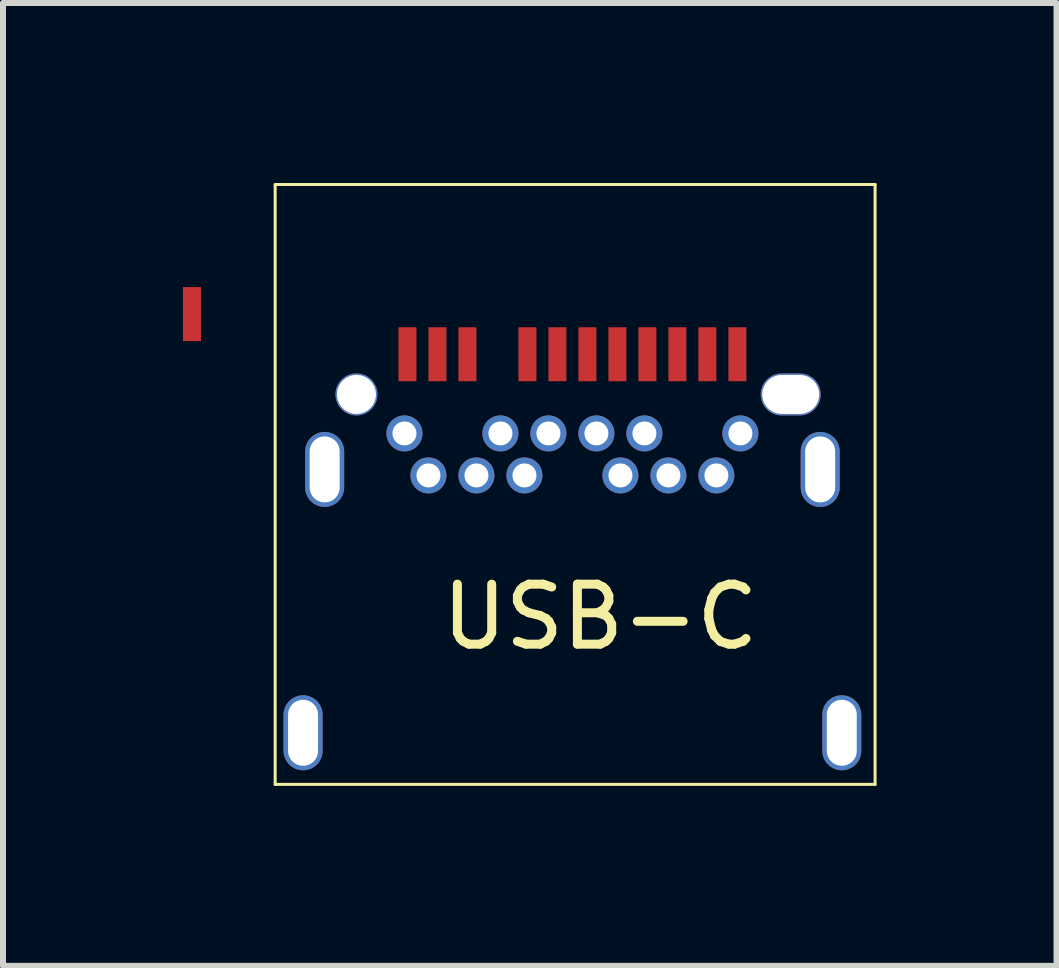
<source format=kicad_pcb>
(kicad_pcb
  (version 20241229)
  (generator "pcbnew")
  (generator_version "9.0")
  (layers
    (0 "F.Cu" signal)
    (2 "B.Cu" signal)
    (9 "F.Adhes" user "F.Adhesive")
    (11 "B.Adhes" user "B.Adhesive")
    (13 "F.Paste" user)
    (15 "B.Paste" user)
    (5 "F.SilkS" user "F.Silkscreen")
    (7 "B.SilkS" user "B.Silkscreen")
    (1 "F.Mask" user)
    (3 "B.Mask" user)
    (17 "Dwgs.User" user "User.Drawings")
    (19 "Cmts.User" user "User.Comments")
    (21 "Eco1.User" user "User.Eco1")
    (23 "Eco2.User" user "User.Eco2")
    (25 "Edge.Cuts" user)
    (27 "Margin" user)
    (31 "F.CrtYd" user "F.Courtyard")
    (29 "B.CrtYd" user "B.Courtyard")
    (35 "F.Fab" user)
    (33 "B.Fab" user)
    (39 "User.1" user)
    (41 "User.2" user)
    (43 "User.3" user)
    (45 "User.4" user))
  (footprint "USB-C"
    (layer "F.Cu")
    (at 2.892 3.525)
    (property "Reference" "USB-C" (at 4.064 3.708 0) (layer "F.SilkS") (effects (font (size 1 1) (thickness 0.15))))
    (attr through_hole)
    (fp_line (start -1.355 -3.5) (end -1.355 6.5) (stroke (width 0.05) (type solid)) (layer "F.SilkS"))
    (fp_line (start -1.355 -3.5) (end 8.645 -3.5) (stroke (width 0.05) (type solid)) (layer "F.SilkS"))
    (fp_line (start -1.355 6.5) (end 8.645 6.5) (stroke (width 0.05) (type solid)) (layer "F.SilkS"))
    (fp_line (start 8.645 -3.5) (end 8.645 6.5) (stroke (width 0.05) (type solid)) (layer "F.SilkS"))
    (pad "" thru_hole oval (at -0.89 5.64) (size 0.65 1.25) (drill oval 0.5 1.1) (layers "*.Cu" "*.Mask"))
    (pad "" thru_hole oval (at -0.53 1.25) (size 0.65 1.25) (drill oval 0.5 1.1) (layers "*.Cu" "*.Mask"))
    (pad "" thru_hole circle (at 0 0) (size 0.7 0.7) (drill 0.65) (layers "*.Cu" "*.Mask"))
    (pad "" thru_hole oval (at 7.239 0) (size 1 0.7) (drill oval 0.95 0.65) (layers "*.Cu" "*.Mask"))
    (pad "" thru_hole oval (at 7.73 1.25) (size 0.65 1.25) (drill oval 0.5 1.1) (layers "*.Cu" "*.Mask"))
    (pad "" thru_hole oval (at 8.09 5.64) (size 0.65 1.25) (drill oval 0.5 1.1) (layers "*.Cu" "*.Mask"))
    (pad "1" smd rect (at 0.85 -0.67) (size 0.3 0.9) (layers "F.Cu" "F.Mask" "F.Paste"))
    (pad "1" thru_hole circle (at 6.4 0.65) (size 0.6 0.6) (drill 0.4) (layers "*.Cu" "*.Mask"))
    (pad "2" smd rect (at 1.35 -0.67) (size 0.3 0.9) (layers "F.Cu" "F.Mask" "F.Paste"))
    (pad "2" thru_hole circle (at 6 1.35) (size 0.6 0.6) (drill 0.4) (layers "*.Cu" "*.Mask"))
    (pad "3" smd rect (at 1.85 -0.67) (size 0.3 0.9) (layers "F.Cu" "F.Mask" "F.Paste"))
    (pad "3" thru_hole circle (at 5.2 1.35) (size 0.6 0.6) (drill 0.4) (layers "*.Cu" "*.Mask"))
    (pad "4" smd rect (at -2.742 -1.34) (size 0.3 0.9) (layers "F.Cu" "F.Mask" "F.Paste"))
    (pad "4" thru_hole circle (at 4.8 0.65) (size 0.6 0.6) (drill 0.4) (layers "*.Cu" "*.Mask"))
    (pad "5" smd rect (at 2.85 -0.67) (size 0.3 0.9) (layers "F.Cu" "F.Mask" "F.Paste"))
    (pad "5" thru_hole circle (at 4.4 1.35) (size 0.6 0.6) (drill 0.4) (layers "*.Cu" "*.Mask"))
    (pad "6" smd rect (at 3.35 -0.67) (size 0.3 0.9) (layers "F.Cu" "F.Mask" "F.Paste"))
    (pad "6" thru_hole circle (at 4 0.65) (size 0.6 0.6) (drill 0.4) (layers "*.Cu" "*.Mask"))
    (pad "7" thru_hole circle (at 3.2 0.65) (size 0.6 0.6) (drill 0.4) (layers "*.Cu" "*.Mask"))
    (pad "7" smd rect (at 3.85 -0.67) (size 0.3 0.9) (layers "F.Cu" "F.Mask" "F.Paste"))
    (pad "8" thru_hole circle (at 2.8 1.35) (size 0.6 0.6) (drill 0.4) (layers "*.Cu" "*.Mask"))
    (pad "8" smd rect (at 4.35 -0.67) (size 0.3 0.9) (layers "F.Cu" "F.Mask" "F.Paste"))
    (pad "9" thru_hole circle (at 2.4 0.65) (size 0.6 0.6) (drill 0.4) (layers "*.Cu" "*.Mask"))
    (pad "9" smd rect (at 4.85 -0.67) (size 0.3 0.9) (layers "F.Cu" "F.Mask" "F.Paste"))
    (pad "10" thru_hole circle (at 2 1.35) (size 0.6 0.6) (drill 0.4) (layers "*.Cu" "*.Mask"))
    (pad "10" smd rect (at 5.35 -0.67) (size 0.3 0.9) (layers "F.Cu" "F.Mask" "F.Paste"))
    (pad "11" thru_hole circle (at 1.2 1.35) (size 0.6 0.6) (drill 0.4) (layers "*.Cu" "*.Mask"))
    (pad "11" smd rect (at 5.85 -0.67) (size 0.3 0.9) (layers "F.Cu" "F.Mask" "F.Paste"))
    (pad "12" thru_hole circle (at 0.8 0.65) (size 0.6 0.6) (drill 0.4) (layers "*.Cu" "*.Mask"))
    (pad "12" smd rect (at 6.35 -0.67) (size 0.3 0.9) (layers "F.Cu" "F.Mask" "F.Paste")))
  (gr_rect
    (start -3 -3)
    (end 14.562 13.05)
    (stroke (width 0.1) (type default))
    (fill no)
    (layer "Edge.Cuts")))
</source>
